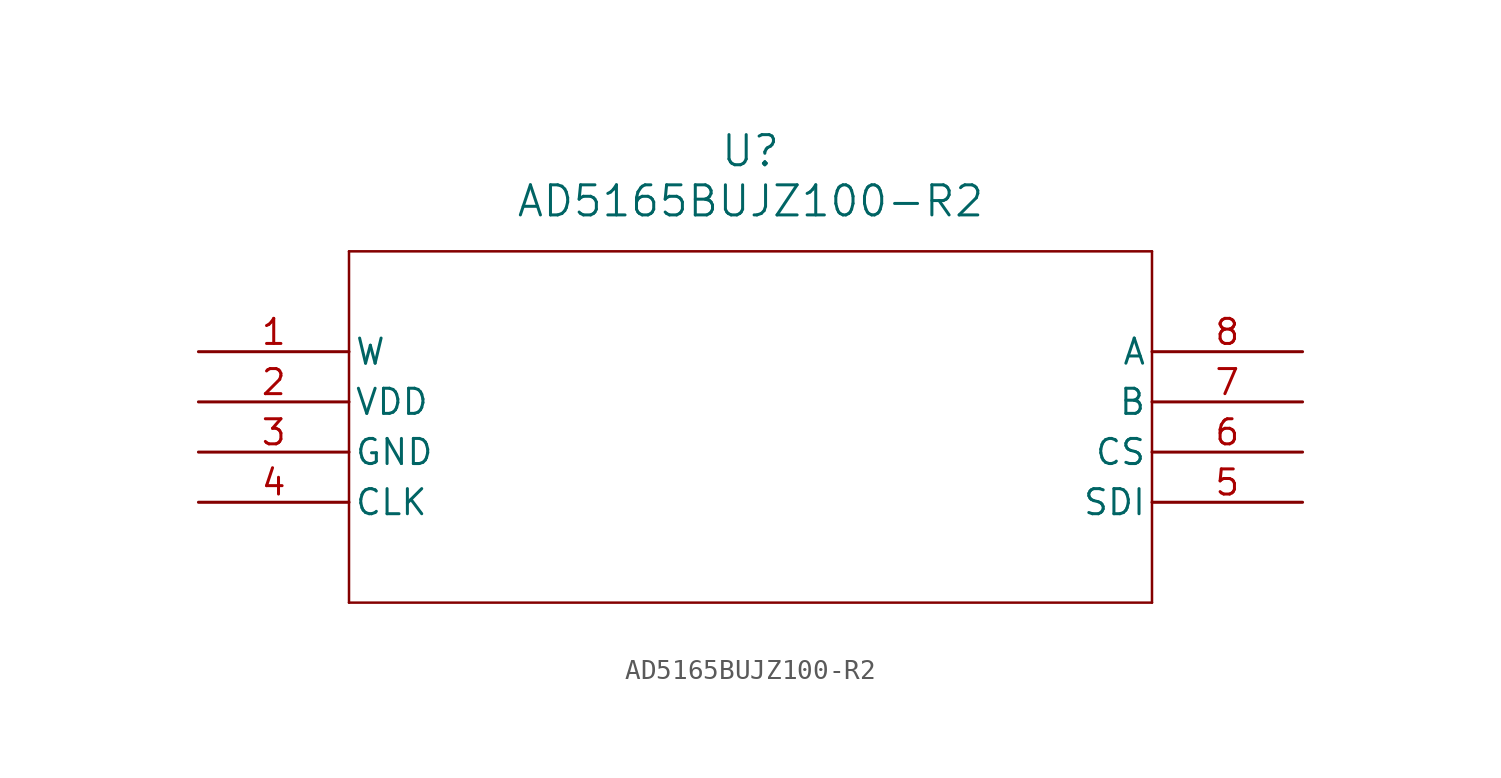
<source format=kicad_sym>
(kicad_symbol_lib
  (version 20211014)
  (generator kicad_symbol_editor)
  (symbol "AD5165BUJZ100-R2"
    (pin_names
      (offset 0.254))
    (property "Reference" "U"
      (at 27.94 10.16 0)
      (effects (font (size 1.524 1.524))))
    (property "Value" "AD5165BUJZ100-R2"
      (at 27.94 7.62 0)
      (effects (font (size 1.524 1.524))))
    (symbol "AD5165BUJZ100-R2_0_1"
      (polyline (pts (xy 7.62 5.08) (xy 7.62 -12.7)) (stroke (width 0.127) (type default) (color 0 0 0 0)) (fill (type none)))
      (polyline (pts (xy 7.62 -12.7) (xy 48.26 -12.7)) (stroke (width 0.127) (type default) (color 0 0 0 0)) (fill (type none)))
      (polyline (pts (xy 48.26 -12.7) (xy 48.26 5.08)) (stroke (width 0.127) (type default) (color 0 0 0 0)) (fill (type none)))
      (polyline (pts (xy 48.26 5.08) (xy 7.62 5.08)) (stroke (width 0.127) (type default) (color 0 0 0 0)) (fill (type none)))
      (pin unspecified line (at 0 0 0) (length 7.62) (name "W" (effects (font (size 1.27 1.27)))) (number "1" (effects (font (size 1.27 1.27)))))
      (pin power_in line (at 0 -2.54 0) (length 7.62) (name "VDD" (effects (font (size 1.27 1.27)))) (number "2" (effects (font (size 1.27 1.27)))))
      (pin power_in line (at 0 -5.08 0) (length 7.62) (name "GND" (effects (font (size 1.27 1.27)))) (number "3" (effects (font (size 1.27 1.27)))))
      (pin input line (at 0 -7.62 0) (length 7.62) (name "CLK" (effects (font (size 1.27 1.27)))) (number "4" (effects (font (size 1.27 1.27)))))
      (pin input line (at 55.88 -7.62 180) (length 7.62) (name "SDI" (effects (font (size 1.27 1.27)))) (number "5" (effects (font (size 1.27 1.27)))))
      (pin input line (at 55.88 -5.08 180) (length 7.62) (name "CS" (effects (font (size 1.27 1.27)))) (number "6" (effects (font (size 1.27 1.27)))))
      (pin unspecified line (at 55.88 -2.54 180) (length 7.62) (name "B" (effects (font (size 1.27 1.27)))) (number "7" (effects (font (size 1.27 1.27)))))
      (pin unspecified line (at 55.88 0 180) (length 7.62) (name "A" (effects (font (size 1.27 1.27)))) (number "8" (effects (font (size 1.27 1.27))))))))
</source>
